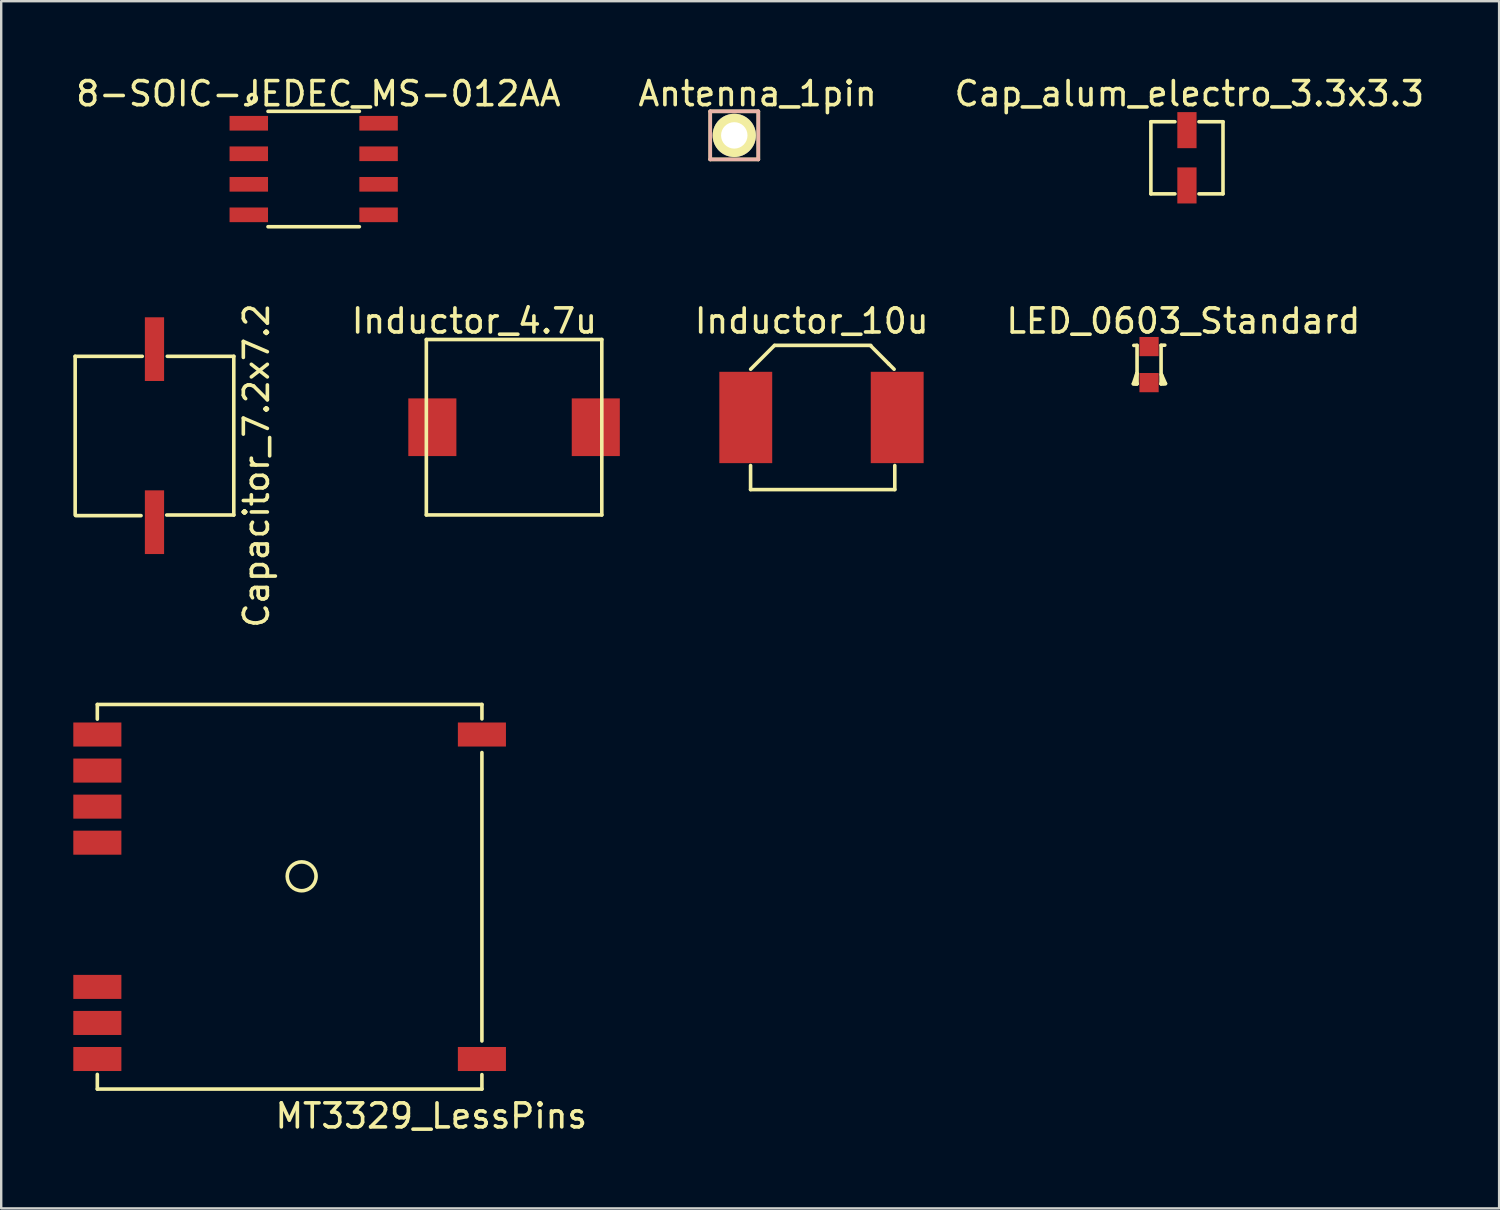
<source format=kicad_pcb>
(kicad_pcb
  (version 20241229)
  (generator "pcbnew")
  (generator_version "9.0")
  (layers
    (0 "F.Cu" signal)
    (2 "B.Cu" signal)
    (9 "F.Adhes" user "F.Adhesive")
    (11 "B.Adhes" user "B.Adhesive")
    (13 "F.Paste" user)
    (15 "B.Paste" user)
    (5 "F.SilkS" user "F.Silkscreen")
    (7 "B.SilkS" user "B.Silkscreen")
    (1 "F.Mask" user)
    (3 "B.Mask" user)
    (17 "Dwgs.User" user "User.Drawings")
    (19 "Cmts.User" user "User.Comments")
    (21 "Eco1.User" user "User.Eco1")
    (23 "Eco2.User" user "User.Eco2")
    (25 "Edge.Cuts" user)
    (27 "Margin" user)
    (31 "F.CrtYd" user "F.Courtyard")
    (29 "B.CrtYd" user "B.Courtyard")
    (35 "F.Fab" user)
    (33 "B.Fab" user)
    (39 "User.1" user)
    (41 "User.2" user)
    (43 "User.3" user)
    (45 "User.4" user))
  (footprint "MT3329_LessPins"
    (layer "F.Cu")
    (at 9 34.26)
    (property "Reference" "MT3329_LessPins" (at 5.893 9.119 0) (layer "F.SilkS") (effects (font (size 1 1) (thickness 0.15))))
    (attr through_hole)
    (fp_line (start -8.001 -8.001) (end -8.001 -7.391) (stroke (width 0.15) (type solid)) (layer "F.SilkS"))
    (fp_line (start -8.001 8.001) (end -8.001 7.391) (stroke (width 0.15) (type solid)) (layer "F.SilkS"))
    (fp_line (start 8 -8) (end -8 -8) (stroke (width 0.15) (type solid)) (layer "F.SilkS"))
    (fp_line (start 8 -6) (end 8 6) (stroke (width 0.15) (type solid)) (layer "F.SilkS"))
    (fp_line (start 8 8) (end -8 8) (stroke (width 0.15) (type solid)) (layer "F.SilkS"))
    (fp_line (start 8 8) (end 8 7.4) (stroke (width 0.15) (type solid)) (layer "F.SilkS"))
    (fp_line (start 8.001 -8.001) (end 8.001 -7.4) (stroke (width 0.15) (type solid)) (layer "F.SilkS"))
    (fp_circle (center 0.5 -0.851) (end 1.1 -0.851) (stroke (width 0.15) (type solid)) (fill no) (layer "F.SilkS"))
    (pad "1" smd rect (at -8 -6.75) (size 2 1) (layers "F.Cu" "F.Mask" "F.Paste"))
    (pad "2" smd rect (at -8 -5.25) (size 2 1) (layers "F.Cu" "F.Mask" "F.Paste"))
    (pad "3" smd rect (at -8 -3.75) (size 2 1) (layers "F.Cu" "F.Mask" "F.Paste"))
    (pad "4" smd rect (at -8 -2.25) (size 2 1) (layers "F.Cu" "F.Mask" "F.Paste"))
    (pad "8" smd rect (at -8 3.75) (size 2 1) (layers "F.Cu" "F.Mask" "F.Paste"))
    (pad "9" smd rect (at -8 5.25) (size 2 1) (layers "F.Cu" "F.Mask" "F.Paste"))
    (pad "10" smd rect (at -8 6.75) (size 2 1) (layers "F.Cu" "F.Mask" "F.Paste"))
    (pad "11" smd rect (at 8 -6.75) (size 2 1) (layers "F.Cu" "F.Mask" "F.Paste"))
    (pad "12" smd rect (at 8 6.75) (size 2 1) (layers "F.Cu" "F.Mask" "F.Paste")))
  (footprint "Cap_alum_electro_3.3x3.3"
    (layer "F.Cu")
    (at 46.333 3.515)
    (property "Reference" "Cap_alum_electro_3.3x3.3" (at 0.102 -2.667 0) (layer "F.SilkS") (effects (font (size 1 1) (thickness 0.15))))
    (attr through_hole)
    (fp_line (start -1.5 -1.5) (end -0.5 -1.5) (stroke (width 0.15) (type solid)) (layer "F.SilkS"))
    (fp_line (start -1.5 1.5) (end -1.5 -1.5) (stroke (width 0.15) (type solid)) (layer "F.SilkS"))
    (fp_line (start -1.5 1.5) (end -0.5 1.5) (stroke (width 0.15) (type solid)) (layer "F.SilkS"))
    (fp_line (start 0.5 1.5) (end 1.5 1.5) (stroke (width 0.15) (type solid)) (layer "F.SilkS"))
    (fp_line (start 1.5 -1.5) (end 0.5 -1.5) (stroke (width 0.15) (type solid)) (layer "F.SilkS"))
    (fp_line (start 1.5 -1.5) (end 1.5 1.5) (stroke (width 0.15) (type solid)) (layer "F.SilkS"))
    (pad "1" smd rect (at 0 -1.15) (size 0.8 1.5) (layers "F.Cu" "F.Mask" "F.Paste"))
    (pad "2" smd rect (at 0 1.15) (size 0.8 1.5) (layers "F.Cu" "F.Mask" "F.Paste")))
  (footprint "Inductor_4.7u"
    (layer "F.Cu")
    (at 18.338 14.725)
    (property "Reference" "Inductor_4.7u" (at -1.651 -4.42 0) (layer "F.SilkS") (effects (font (size 1 1) (thickness 0.15))))
    (attr through_hole)
    (fp_line (start -3.65 -3.65) (end -3.65 3.65) (stroke (width 0.15) (type solid)) (layer "F.SilkS"))
    (fp_line (start -3.65 -3.65) (end 3.65 -3.65) (stroke (width 0.15) (type solid)) (layer "F.SilkS"))
    (fp_line (start -3.65 3.65) (end 3.65 3.65) (stroke (width 0.15) (type solid)) (layer "F.SilkS"))
    (fp_line (start 3.65 3.65) (end 3.65 -3.65) (stroke (width 0.15) (type solid)) (layer "F.SilkS"))
    (pad "1" smd rect (at 3.4 0) (size 2 2.4) (layers "F.Cu" "F.Mask" "F.Paste"))
    (pad "2" smd rect (at -3.4 0) (size 2 2.4) (layers "F.Cu" "F.Mask" "F.Paste")))
  (footprint "Inductor_10u"
    (layer "F.Cu")
    (at 31.178 14.319)
    (property "Reference" "Inductor_10u" (at -0.457 -4.013 0) (layer "F.SilkS") (effects (font (size 1 1) (thickness 0.15))))
    (attr through_hole)
    (fp_line (start -3 2) (end -3 3) (stroke (width 0.15) (type solid)) (layer "F.SilkS"))
    (fp_line (start -3 3) (end 3 3) (stroke (width 0.15) (type solid)) (layer "F.SilkS"))
    (fp_line (start -2.007 -2.997) (end -2.997 -2.007) (stroke (width 0.15) (type solid)) (layer "F.SilkS"))
    (fp_line (start 2 -3) (end -2 -3) (stroke (width 0.15) (type solid)) (layer "F.SilkS"))
    (fp_line (start 2.743 -2.235) (end 2.007 -2.972) (stroke (width 0.15) (type solid)) (layer "F.SilkS"))
    (fp_line (start 2.743 -2.235) (end 2.972 -2.007) (stroke (width 0.15) (type solid)) (layer "F.SilkS"))
    (fp_line (start 3 3) (end 3 2) (stroke (width 0.15) (type solid)) (layer "F.SilkS"))
    (pad "1" smd rect (at -3.2 0) (size 2.2 3.8) (layers "F.Cu" "F.Mask" "F.Paste"))
    (pad "2" smd rect (at 3.1 0) (size 2.2 3.8) (layers "F.Cu" "F.Mask" "F.Paste")))
  (footprint "LED_0603_Standard"
    (layer "F.Cu")
    (at 44.757 12.119)
    (property "Reference" "LED_0603_Standard" (at 1.427 -1.814 0) (layer "F.SilkS") (effects (font (size 1 1) (thickness 0.15))))
    (attr through_hole)
    (fp_line (start -0.653 0.8) (end -0.503 0.8) (stroke (width 0.15) (type solid)) (layer "F.SilkS"))
    (fp_line (start -0.572 0.8) (end -0.5 0.8) (stroke (width 0.15) (type solid)) (layer "F.SilkS"))
    (fp_line (start -0.511 0.373) (end -0.572 0.8) (stroke (width 0.15) (type solid)) (layer "F.SilkS"))
    (fp_line (start -0.505 -0.8) (end -0.635 -0.798) (stroke (width 0.15) (type solid)) (layer "F.SilkS"))
    (fp_line (start -0.505 0.361) (end -0.653 0.8) (stroke (width 0.15) (type solid)) (layer "F.SilkS"))
    (fp_line (start -0.5 -0.8) (end -0.5 0.8) (stroke (width 0.15) (type solid)) (layer "F.SilkS"))
    (fp_line (start 0.498 -0.805) (end 0.655 -0.808) (stroke (width 0.15) (type solid)) (layer "F.SilkS"))
    (fp_line (start 0.5 -0.8) (end 0.5 0.8) (stroke (width 0.15) (type solid)) (layer "F.SilkS"))
    (fp_line (start 0.511 0.406) (end 0.683 0.792) (stroke (width 0.15) (type solid)) (layer "F.SilkS"))
    (fp_line (start 0.516 0.424) (end 0.612 0.792) (stroke (width 0.15) (type solid)) (layer "F.SilkS"))
    (fp_line (start 0.612 0.792) (end 0.5 0.8) (stroke (width 0.15) (type solid)) (layer "F.SilkS"))
    (fp_line (start 0.683 0.792) (end 0.498 0.798) (stroke (width 0.15) (type solid)) (layer "F.SilkS"))
    (pad "1" smd rect (at 0 -0.75) (size 0.8 0.8) (layers "F.Cu" "F.Mask" "F.Paste"))
    (pad "2" smd rect (at 0 0.75) (size 0.8 0.8) (layers "F.Cu" "F.Mask" "F.Paste")))
  (footprint "8-SOIC-JEDEC_MS-012AA"
    (layer "F.Cu")
    (at 10.001 3.983)
    (property "Reference" "8-SOIC-JEDEC_MS-012AA" (at 0.196 -3.134 0) (layer "F.SilkS") (effects (font (size 1 1) (thickness 0.15))))
    (attr through_hole)
    (fp_line (start -1.9 -2.4) (end 1.9 -2.4) (stroke (width 0.15) (type solid)) (layer "F.SilkS"))
    (fp_line (start -1.9 2.4) (end 1.9 2.4) (stroke (width 0.15) (type solid)) (layer "F.SilkS"))
    (fp_circle (center -2.553 -2.934) (end -2.403 -2.865) (stroke (width 0.15) (type solid)) (fill no) (layer "F.SilkS"))
    (pad "1" smd rect (at -2.7 -1.905) (size 1.6 0.61) (layers "F.Cu" "F.Mask" "F.Paste"))
    (pad "2" smd rect (at -2.7 -0.635) (size 1.6 0.61) (layers "F.Cu" "F.Mask" "F.Paste"))
    (pad "3" smd rect (at -2.7 0.635) (size 1.6 0.61) (layers "F.Cu" "F.Mask" "F.Paste"))
    (pad "4" smd rect (at -2.7 1.905) (size 1.6 0.61) (layers "F.Cu" "F.Mask" "F.Paste"))
    (pad "5" smd rect (at 2.7 1.905) (size 1.6 0.61) (layers "F.Cu" "F.Mask" "F.Paste"))
    (pad "6" smd rect (at 2.7 0.635) (size 1.6 0.61) (layers "F.Cu" "F.Mask" "F.Paste"))
    (pad "7" smd rect (at 2.7 -0.635) (size 1.6 0.61) (layers "F.Cu" "F.Mask" "F.Paste"))
    (pad "8" smd rect (at 2.7 -1.905) (size 1.6 0.61) (layers "F.Cu" "F.Mask" "F.Paste")))
  (footprint "Antenna_1pin"
    (layer "F.Cu")
    (at 27.5 2.583)
    (property "Reference" "Antenna_1pin" (at 0.97 -1.735 0) (layer "F.SilkS") (effects (font (size 1 1) (thickness 0.15))))
    (attr through_hole)
    (fp_line (start -1 -1) (end -1 1) (stroke (width 0.15) (type solid)) (layer "F.SilkS"))
    (fp_line (start -1 1) (end 1 1) (stroke (width 0.15) (type solid)) (layer "F.SilkS"))
    (fp_line (start 1 -1) (end -1 -1) (stroke (width 0.15) (type solid)) (layer "F.SilkS"))
    (fp_line (start 1 1) (end 1 -1) (stroke (width 0.15) (type solid)) (layer "F.SilkS"))
    (fp_line (start -1 -1) (end -1 1) (stroke (width 0.15) (type solid)) (layer "B.SilkS"))
    (fp_line (start -1 1) (end 1 1) (stroke (width 0.15) (type solid)) (layer "B.SilkS"))
    (fp_line (start 1 -1) (end -1 -1) (stroke (width 0.15) (type solid)) (layer "B.SilkS"))
    (fp_line (start 1 1) (end 1 -1) (stroke (width 0.15) (type solid)) (layer "B.SilkS"))
    (pad "1" thru_hole circle (at 0 0) (size 1.8 1.8) (drill 1.1) (layers "*.Cu" "*.Mask" "F.SilkS")))
  (footprint "Capacitor_7.2x7.2"
    (layer "F.Cu")
    (at 3.377 15.076)
    (property "Reference" "Capacitor_7.2x7.2" (at 4.242 1.245 90) (layer "F.SilkS") (effects (font (size 1 1) (thickness 0.15))))
    (attr through_hole)
    (fp_line (start -3.302 -3.302) (end -0.508 -3.302) (stroke (width 0.15) (type solid)) (layer "F.SilkS"))
    (fp_line (start -3.3 3.3) (end -3.3 -3.3) (stroke (width 0.15) (type solid)) (layer "F.SilkS"))
    (fp_line (start -3.277 3.327) (end -0.559 3.327) (stroke (width 0.15) (type solid)) (layer "F.SilkS"))
    (fp_line (start 3.3 -3.3) (end 3.3 3.3) (stroke (width 0.15) (type solid)) (layer "F.SilkS"))
    (fp_line (start 3.302 -3.302) (end 0.533 -3.302) (stroke (width 0.15) (type solid)) (layer "F.SilkS"))
    (fp_line (start 3.302 3.302) (end 0.508 3.302) (stroke (width 0.15) (type solid)) (layer "F.SilkS"))
    (pad "1" smd rect (at 0 -3.6) (size 0.8 2.65) (layers "F.Cu" "F.Mask" "F.Paste"))
    (pad "2" smd rect (at 0 3.6) (size 0.8 2.65) (layers "F.Cu" "F.Mask" "F.Paste")))
  (gr_rect
    (start -3 -3)
    (end 59.321 47.227)
    (stroke (width 0.1) (type default))
    (fill no)
    (layer "Edge.Cuts")))
</source>
